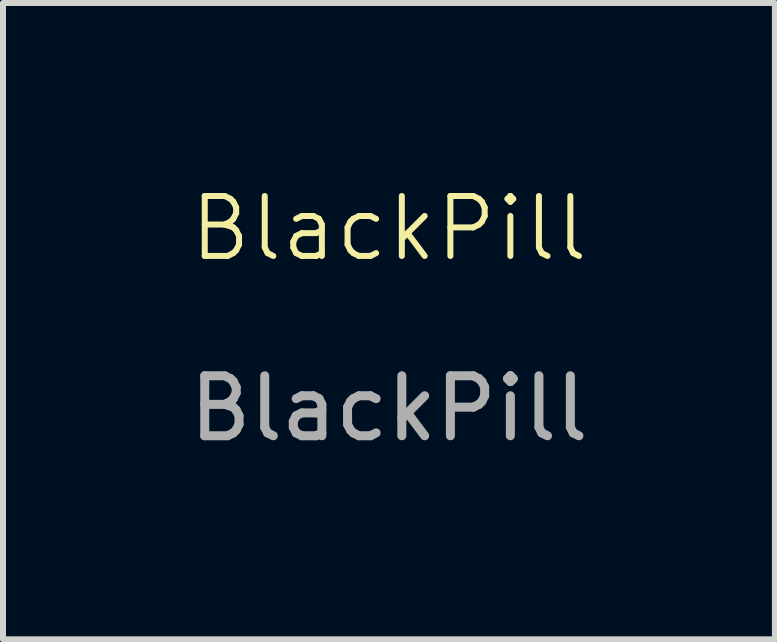
<source format=kicad_pcb>
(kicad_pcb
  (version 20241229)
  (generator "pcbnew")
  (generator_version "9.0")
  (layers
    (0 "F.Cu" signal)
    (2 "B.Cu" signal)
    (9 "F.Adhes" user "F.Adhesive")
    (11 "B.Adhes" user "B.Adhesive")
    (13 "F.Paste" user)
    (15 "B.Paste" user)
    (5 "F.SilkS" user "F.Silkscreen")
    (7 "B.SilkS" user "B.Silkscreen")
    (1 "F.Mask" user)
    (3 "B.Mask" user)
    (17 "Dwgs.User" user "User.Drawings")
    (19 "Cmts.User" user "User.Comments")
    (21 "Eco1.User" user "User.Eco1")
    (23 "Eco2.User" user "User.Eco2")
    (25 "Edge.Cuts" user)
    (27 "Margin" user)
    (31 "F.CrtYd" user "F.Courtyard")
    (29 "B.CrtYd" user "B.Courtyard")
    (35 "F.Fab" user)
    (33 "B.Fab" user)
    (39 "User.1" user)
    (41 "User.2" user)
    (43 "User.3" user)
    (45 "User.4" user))
  (footprint "BlackPill"
    (layer "F.Cu")
    (at 3.435 1.26)
    (property "Reference" "BlackPill" (at 0 -0.5 0) (unlocked yes) (layer "F.SilkS") (effects (font (size 1 1) (thickness 0.1))))
    (attr through_hole)
    (fp_text user "${REFERENCE}" (at 0 2.5 0) (unlocked yes) (layer "F.Fab") (effects (font (size 1 1) (thickness 0.15)))))
  (gr_rect
    (start -3 -3)
    (end 9.869 7.609)
    (stroke (width 0.1) (type default))
    (fill no)
    (layer "Edge.Cuts")))
</source>
